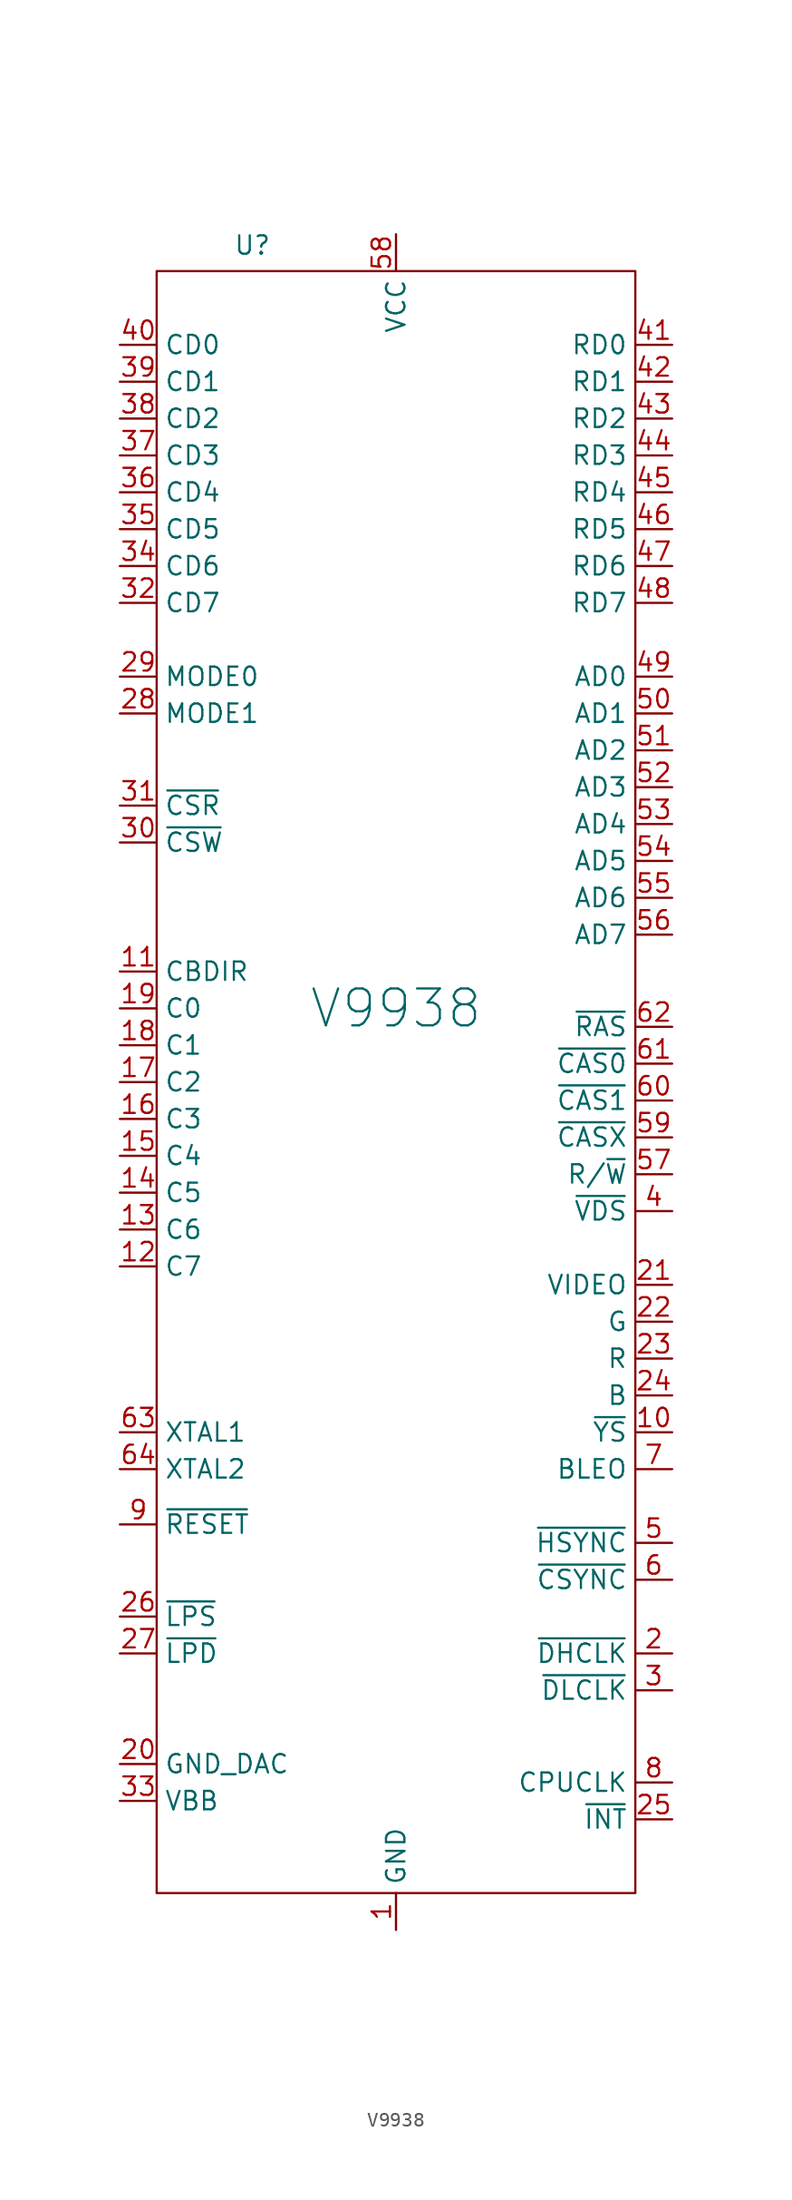
<source format=kicad_sym>
(kicad_symbol_lib
  (version 20241209)
  (generator "kicad_symbol_editor")
  (generator_version "9.0")
  (symbol "V9938"
    (property "Reference" "U"
      (at -9.906 52.578 0)
      (effects (font (size 1.27 1.27))))
    (property "Value" "V9938"
      (at 0 0 0)
      (effects (font (size 2.54 2.54))))
    (symbol "V9938_0_1"
      (rectangle (start -16.51 50.8) (end 16.51 -60.96) (stroke (width 0) (type default)) (fill (type none))))
    (symbol "V9938_1_1"
      (pin bidirectional line (at -19.05 45.72 0) (length 2.54) (name "CD0" (effects (font (size 1.27 1.27)))) (number "40" (effects (font (size 1.27 1.27)))))
      (pin bidirectional line (at -19.05 43.18 0) (length 2.54) (name "CD1" (effects (font (size 1.27 1.27)))) (number "39" (effects (font (size 1.27 1.27)))))
      (pin bidirectional line (at -19.05 40.64 0) (length 2.54) (name "CD2" (effects (font (size 1.27 1.27)))) (number "38" (effects (font (size 1.27 1.27)))))
      (pin bidirectional line (at -19.05 38.1 0) (length 2.54) (name "CD3" (effects (font (size 1.27 1.27)))) (number "37" (effects (font (size 1.27 1.27)))))
      (pin bidirectional line (at -19.05 35.56 0) (length 2.54) (name "CD4" (effects (font (size 1.27 1.27)))) (number "36" (effects (font (size 1.27 1.27)))))
      (pin bidirectional line (at -19.05 33.02 0) (length 2.54) (name "CD5" (effects (font (size 1.27 1.27)))) (number "35" (effects (font (size 1.27 1.27)))))
      (pin bidirectional line (at -19.05 30.48 0) (length 2.54) (name "CD6" (effects (font (size 1.27 1.27)))) (number "34" (effects (font (size 1.27 1.27)))))
      (pin bidirectional line (at -19.05 27.94 0) (length 2.54) (name "CD7" (effects (font (size 1.27 1.27)))) (number "32" (effects (font (size 1.27 1.27)))))
      (pin input line (at -19.05 22.86 0) (length 2.54) (name "MODE0" (effects (font (size 1.27 1.27)))) (number "29" (effects (font (size 1.27 1.27)))))
      (pin input line (at -19.05 20.32 0) (length 2.54) (name "MODE1" (effects (font (size 1.27 1.27)))) (number "28" (effects (font (size 1.27 1.27)))))
      (pin input line (at -19.05 13.97 0) (length 2.54) (name "~{CSR}" (effects (font (size 1.27 1.27)))) (number "31" (effects (font (size 1.27 1.27)))))
      (pin input line (at -19.05 11.43 0) (length 2.54) (name "~{CSW}" (effects (font (size 1.27 1.27)))) (number "30" (effects (font (size 1.27 1.27)))))
      (pin output line (at -19.05 2.54 0) (length 2.54) (name "CBDIR" (effects (font (size 1.27 1.27)))) (number "11" (effects (font (size 1.27 1.27)))))
      (pin bidirectional line (at -19.05 0 0) (length 2.54) (name "C0" (effects (font (size 1.27 1.27)))) (number "19" (effects (font (size 1.27 1.27)))))
      (pin bidirectional line (at -19.05 -2.54 0) (length 2.54) (name "C1" (effects (font (size 1.27 1.27)))) (number "18" (effects (font (size 1.27 1.27)))))
      (pin bidirectional line (at -19.05 -5.08 0) (length 2.54) (name "C2" (effects (font (size 1.27 1.27)))) (number "17" (effects (font (size 1.27 1.27)))))
      (pin bidirectional line (at -19.05 -7.62 0) (length 2.54) (name "C3" (effects (font (size 1.27 1.27)))) (number "16" (effects (font (size 1.27 1.27)))))
      (pin bidirectional line (at -19.05 -10.16 0) (length 2.54) (name "C4" (effects (font (size 1.27 1.27)))) (number "15" (effects (font (size 1.27 1.27)))))
      (pin bidirectional line (at -19.05 -12.7 0) (length 2.54) (name "C5" (effects (font (size 1.27 1.27)))) (number "14" (effects (font (size 1.27 1.27)))))
      (pin bidirectional line (at -19.05 -15.24 0) (length 2.54) (name "C6" (effects (font (size 1.27 1.27)))) (number "13" (effects (font (size 1.27 1.27)))))
      (pin bidirectional line (at -19.05 -17.78 0) (length 2.54) (name "C7" (effects (font (size 1.27 1.27)))) (number "12" (effects (font (size 1.27 1.27)))))
      (pin input line (at -19.05 -29.21 0) (length 2.54) (name "XTAL1" (effects (font (size 1.27 1.27)))) (number "63" (effects (font (size 1.27 1.27)))))
      (pin input line (at -19.05 -31.75 0) (length 2.54) (name "XTAL2" (effects (font (size 1.27 1.27)))) (number "64" (effects (font (size 1.27 1.27)))))
      (pin input line (at -19.05 -35.56 0) (length 2.54) (name "~{RESET}" (effects (font (size 1.27 1.27)))) (number "9" (effects (font (size 1.27 1.27)))))
      (pin input line (at -19.05 -41.91 0) (length 2.54) (name "~{LPS}" (effects (font (size 1.27 1.27)))) (number "26" (effects (font (size 1.27 1.27)))))
      (pin input line (at -19.05 -44.45 0) (length 2.54) (name "~{LPD}" (effects (font (size 1.27 1.27)))) (number "27" (effects (font (size 1.27 1.27)))))
      (pin power_in line (at -19.05 -52.07 0) (length 2.54) (name "GND_DAC" (effects (font (size 1.27 1.27)))) (number "20" (effects (font (size 1.27 1.27)))))
      (pin output line (at -19.05 -54.61 0) (length 2.54) (name "VBB" (effects (font (size 1.27 1.27)))) (number "33" (effects (font (size 1.27 1.27)))))
      (pin power_in line (at 0 53.34 270) (length 2.54) (name "VCC" (effects (font (size 1.27 1.27)))) (number "58" (effects (font (size 1.27 1.27)))))
      (pin power_in line (at 0 -63.5 90) (length 2.54) (name "GND" (effects (font (size 1.27 1.27)))) (number "1" (effects (font (size 1.27 1.27)))))
      (pin bidirectional line (at 19.05 45.72 180) (length 2.54) (name "RD0" (effects (font (size 1.27 1.27)))) (number "41" (effects (font (size 1.27 1.27)))))
      (pin bidirectional line (at 19.05 43.18 180) (length 2.54) (name "RD1" (effects (font (size 1.27 1.27)))) (number "42" (effects (font (size 1.27 1.27)))))
      (pin bidirectional line (at 19.05 40.64 180) (length 2.54) (name "RD2" (effects (font (size 1.27 1.27)))) (number "43" (effects (font (size 1.27 1.27)))))
      (pin bidirectional line (at 19.05 38.1 180) (length 2.54) (name "RD3" (effects (font (size 1.27 1.27)))) (number "44" (effects (font (size 1.27 1.27)))))
      (pin bidirectional line (at 19.05 35.56 180) (length 2.54) (name "RD4" (effects (font (size 1.27 1.27)))) (number "45" (effects (font (size 1.27 1.27)))))
      (pin bidirectional line (at 19.05 33.02 180) (length 2.54) (name "RD5" (effects (font (size 1.27 1.27)))) (number "46" (effects (font (size 1.27 1.27)))))
      (pin bidirectional line (at 19.05 30.48 180) (length 2.54) (name "RD6" (effects (font (size 1.27 1.27)))) (number "47" (effects (font (size 1.27 1.27)))))
      (pin bidirectional line (at 19.05 27.94 180) (length 2.54) (name "RD7" (effects (font (size 1.27 1.27)))) (number "48" (effects (font (size 1.27 1.27)))))
      (pin output line (at 19.05 22.86 180) (length 2.54) (name "AD0" (effects (font (size 1.27 1.27)))) (number "49" (effects (font (size 1.27 1.27)))))
      (pin output line (at 19.05 20.32 180) (length 2.54) (name "AD1" (effects (font (size 1.27 1.27)))) (number "50" (effects (font (size 1.27 1.27)))))
      (pin output line (at 19.05 17.78 180) (length 2.54) (name "AD2" (effects (font (size 1.27 1.27)))) (number "51" (effects (font (size 1.27 1.27)))))
      (pin output line (at 19.05 15.24 180) (length 2.54) (name "AD3" (effects (font (size 1.27 1.27)))) (number "52" (effects (font (size 1.27 1.27)))))
      (pin output line (at 19.05 12.7 180) (length 2.54) (name "AD4" (effects (font (size 1.27 1.27)))) (number "53" (effects (font (size 1.27 1.27)))))
      (pin output line (at 19.05 10.16 180) (length 2.54) (name "AD5" (effects (font (size 1.27 1.27)))) (number "54" (effects (font (size 1.27 1.27)))))
      (pin output line (at 19.05 7.62 180) (length 2.54) (name "AD6" (effects (font (size 1.27 1.27)))) (number "55" (effects (font (size 1.27 1.27)))))
      (pin output line (at 19.05 5.08 180) (length 2.54) (name "AD7" (effects (font (size 1.27 1.27)))) (number "56" (effects (font (size 1.27 1.27)))))
      (pin output line (at 19.05 -1.27 180) (length 2.54) (name "~{RAS}" (effects (font (size 1.27 1.27)))) (number "62" (effects (font (size 1.27 1.27)))))
      (pin output line (at 19.05 -3.81 180) (length 2.54) (name "~{CAS0}" (effects (font (size 1.27 1.27)))) (number "61" (effects (font (size 1.27 1.27)))))
      (pin output line (at 19.05 -6.35 180) (length 2.54) (name "~{CAS1}" (effects (font (size 1.27 1.27)))) (number "60" (effects (font (size 1.27 1.27)))))
      (pin output line (at 19.05 -8.89 180) (length 2.54) (name "~{CASX}" (effects (font (size 1.27 1.27)))) (number "59" (effects (font (size 1.27 1.27)))))
      (pin output line (at 19.05 -11.43 180) (length 2.54) (name "R/~{W}" (effects (font (size 1.27 1.27)))) (number "57" (effects (font (size 1.27 1.27)))))
      (pin output line (at 19.05 -13.97 180) (length 2.54) (name "~{VDS}" (effects (font (size 1.27 1.27)))) (number "4" (effects (font (size 1.27 1.27)))))
      (pin output line (at 19.05 -19.05 180) (length 2.54) (name "VIDEO" (effects (font (size 1.27 1.27)))) (number "21" (effects (font (size 1.27 1.27)))))
      (pin output line (at 19.05 -21.59 180) (length 2.54) (name "G" (effects (font (size 1.27 1.27)))) (number "22" (effects (font (size 1.27 1.27)))))
      (pin output line (at 19.05 -24.13 180) (length 2.54) (name "R" (effects (font (size 1.27 1.27)))) (number "23" (effects (font (size 1.27 1.27)))))
      (pin output line (at 19.05 -26.67 180) (length 2.54) (name "B" (effects (font (size 1.27 1.27)))) (number "24" (effects (font (size 1.27 1.27)))))
      (pin output line (at 19.05 -29.21 180) (length 2.54) (name "~{YS}" (effects (font (size 1.27 1.27)))) (number "10" (effects (font (size 1.27 1.27)))))
      (pin output line (at 19.05 -31.75 180) (length 2.54) (name "BLEO" (effects (font (size 1.27 1.27)))) (number "7" (effects (font (size 1.27 1.27)))))
      (pin bidirectional line (at 19.05 -36.83 180) (length 2.54) (name "~{HSYNC}" (effects (font (size 1.27 1.27)))) (number "5" (effects (font (size 1.27 1.27)))))
      (pin bidirectional line (at 19.05 -39.37 180) (length 2.54) (name "~{CSYNC}" (effects (font (size 1.27 1.27)))) (number "6" (effects (font (size 1.27 1.27)))))
      (pin output line (at 19.05 -44.45 180) (length 2.54) (name "~{DHCLK}" (effects (font (size 1.27 1.27)))) (number "2" (effects (font (size 1.27 1.27)))))
      (pin bidirectional line (at 19.05 -46.99 180) (length 2.54) (name "~{DLCLK}" (effects (font (size 1.27 1.27)))) (number "3" (effects (font (size 1.27 1.27)))))
      (pin output line (at 19.05 -53.34 180) (length 2.54) (name "CPUCLK" (effects (font (size 1.27 1.27)))) (number "8" (effects (font (size 1.27 1.27)))))
      (pin output line (at 19.05 -55.88 180) (length 2.54) (name "~{INT}" (effects (font (size 1.27 1.27)))) (number "25" (effects (font (size 1.27 1.27))))))))
</source>
